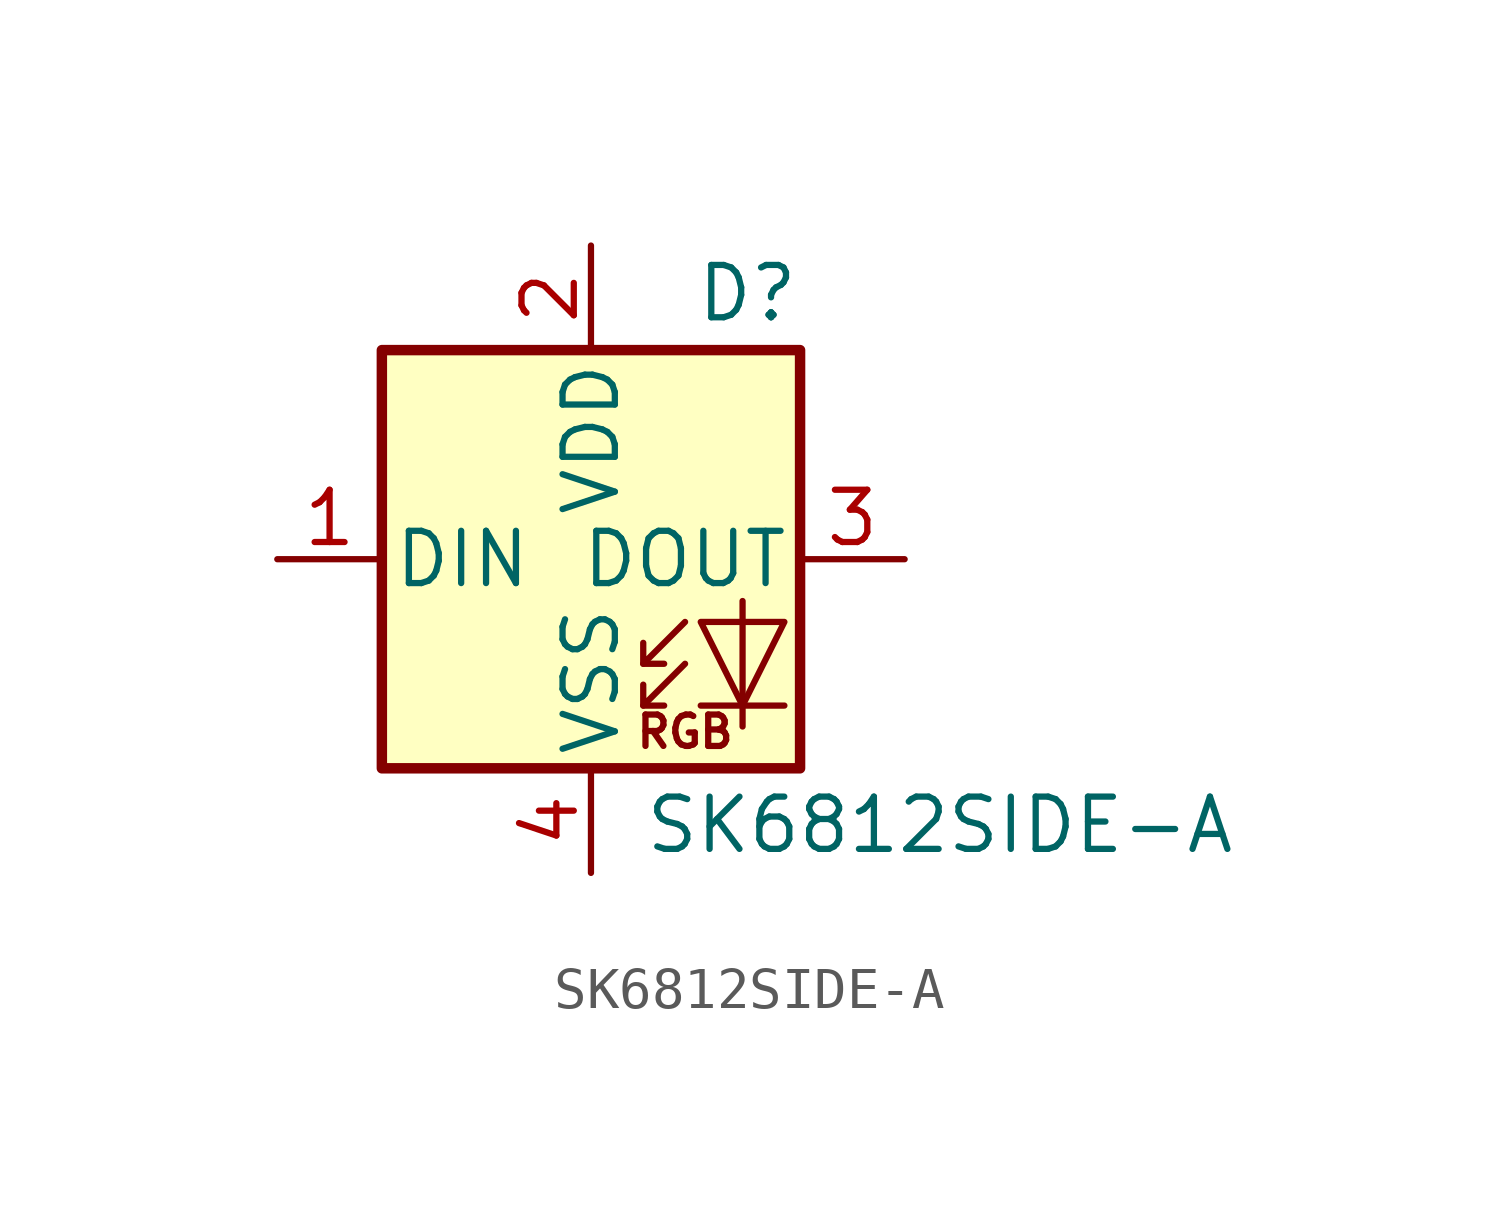
<source format=kicad_sym>
(kicad_symbol_lib
  (version 20231120)
  (generator "kicad_symbol_editor")
  (generator_version "8.0")
  (symbol "SK6812SIDE-A"
    (pin_names
      (offset 0.254))
    (property "Reference" "D"
      (at 5.08 5.715 0)
      (effects (font (size 1.27 1.27)) (justify right bottom)))
    (property "Value" "SK6812SIDE-A"
      (at 1.27 -5.715 0)
      (effects (font (size 1.27 1.27)) (justify left top)))
    (symbol "SK6812SIDE-A_0_0"
      (text "RGB" (at 2.286 -4.191 0) (effects (font (size 0.762 0.762)))))
    (symbol "SK6812SIDE-A_0_1"
      (rectangle (start -5.08 5.08) (end 5.08 -5.08) (stroke (width 0.254) (type default)) (fill (type background)))
      (polyline (pts (xy 1.27 -3.556) (xy 1.778 -3.556)) (stroke (width 0) (type default)) (fill (type none)))
      (polyline (pts (xy 1.27 -2.54) (xy 1.778 -2.54)) (stroke (width 0) (type default)) (fill (type none)))
      (polyline (pts (xy 4.699 -3.556) (xy 2.667 -3.556)) (stroke (width 0) (type default)) (fill (type none)))
      (polyline (pts (xy 2.286 -2.54) (xy 1.27 -3.556) (xy 1.27 -3.048)) (stroke (width 0) (type default)) (fill (type none)))
      (polyline (pts (xy 2.286 -1.524) (xy 1.27 -2.54) (xy 1.27 -2.032)) (stroke (width 0) (type default)) (fill (type none)))
      (polyline (pts (xy 3.683 -1.016) (xy 3.683 -3.556) (xy 3.683 -4.064)) (stroke (width 0) (type default)) (fill (type none)))
      (polyline (pts (xy 4.699 -1.524) (xy 2.667 -1.524) (xy 3.683 -3.556) (xy 4.699 -1.524)) (stroke (width 0) (type default)) (fill (type none))))
    (symbol "SK6812SIDE-A_1_1"
      (pin input line (at -7.62 0 0) (length 2.54) (name "DIN" (effects (font (size 1.27 1.27)))) (number "1" (effects (font (size 1.27 1.27)))))
      (pin power_in line (at 0 7.62 270) (length 2.54) (name "VDD" (effects (font (size 1.27 1.27)))) (number "2" (effects (font (size 1.27 1.27)))))
      (pin output line (at 7.62 0 180) (length 2.54) (name "DOUT" (effects (font (size 1.27 1.27)))) (number "3" (effects (font (size 1.27 1.27)))))
      (pin power_in line (at 0 -7.62 90) (length 2.54) (name "VSS" (effects (font (size 1.27 1.27)))) (number "4" (effects (font (size 1.27 1.27))))))))
</source>
